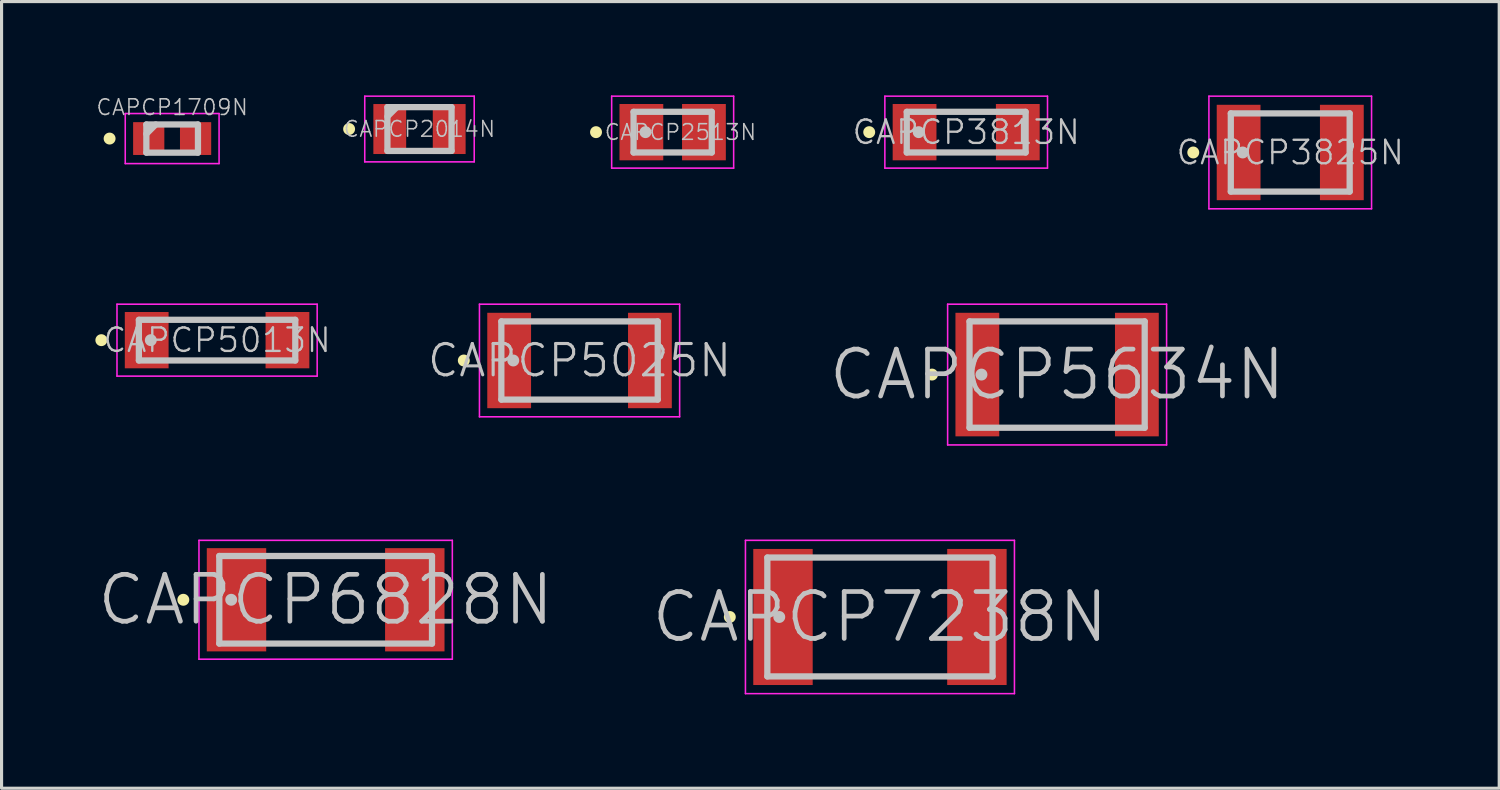
<source format=kicad_pcb>
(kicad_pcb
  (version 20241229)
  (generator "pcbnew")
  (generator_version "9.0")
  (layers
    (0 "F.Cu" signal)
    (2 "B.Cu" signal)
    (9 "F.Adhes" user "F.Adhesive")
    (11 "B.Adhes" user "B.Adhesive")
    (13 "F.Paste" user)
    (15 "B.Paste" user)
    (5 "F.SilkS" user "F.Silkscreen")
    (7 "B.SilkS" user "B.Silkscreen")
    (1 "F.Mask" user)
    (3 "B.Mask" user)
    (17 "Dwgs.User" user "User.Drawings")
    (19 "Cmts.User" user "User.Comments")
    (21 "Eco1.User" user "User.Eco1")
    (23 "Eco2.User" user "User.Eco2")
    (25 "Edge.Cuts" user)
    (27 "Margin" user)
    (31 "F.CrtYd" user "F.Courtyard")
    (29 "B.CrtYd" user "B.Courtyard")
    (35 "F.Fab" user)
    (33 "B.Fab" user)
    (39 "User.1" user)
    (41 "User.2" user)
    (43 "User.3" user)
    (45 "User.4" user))
  (footprint "CAPCP2014N"
    (layer "F.Cu")
    (at 10.361 1.075)
    (property "Reference" "CAPCP2014N" (at 0 0 0) (layer "Dwgs.User") (effects (font (size 0.5 0.5) (thickness 0.05))))
    (attr smd)
    (fp_line (start -2.25 0) (end -2.25 0) (stroke (width 0.381) (type solid)) (layer "F.SilkS"))
    (fp_line (start -1.025 -0.7) (end -1.025 0.7) (stroke (width 0.2) (type solid)) (layer "Dwgs.User"))
    (fp_line (start -1.025 -0.7) (end 1.025 -0.7) (stroke (width 0.2) (type solid)) (layer "Dwgs.User"))
    (fp_line (start -1.025 -0.4) (end -0.725 -0.7) (stroke (width 0.2) (type solid)) (layer "Dwgs.User"))
    (fp_line (start -1.025 0.7) (end 1.025 0.7) (stroke (width 0.2) (type solid)) (layer "Dwgs.User"))
    (fp_line (start 1.025 -0.7) (end 1.025 0.7) (stroke (width 0.2) (type solid)) (layer "Dwgs.User"))
    (fp_line (start -1.75 -1.05) (end -1.75 1.05) (stroke (width 0.05) (type solid)) (layer "F.CrtYd"))
    (fp_line (start -1.75 -1.05) (end 1.75 -1.05) (stroke (width 0.05) (type solid)) (layer "F.CrtYd"))
    (fp_line (start -1.75 1.05) (end 1.75 1.05) (stroke (width 0.05) (type solid)) (layer "F.CrtYd"))
    (fp_line (start 1.75 -1.05) (end 1.75 1.05) (stroke (width 0.05) (type solid)) (layer "F.CrtYd"))
    (pad "1" smd rect (at -0.95 0 90) (size 1.598 1.049) (layers "F.Cu" "F.Mask" "F.Paste"))
    (pad "2" smd rect (at 0.95 0 270) (size 1.598 1.049) (layers "F.Cu" "F.Mask" "F.Paste")))
  (footprint "CAPCP2513N"
    (layer "F.Cu")
    (at 18.455 1.175)
    (property "Reference" "CAPCP2513N" (at 0.25 0 0) (layer "Dwgs.User") (effects (font (size 0.5 0.5) (thickness 0.05))))
    (attr smd)
    (fp_line (start -2.45 0) (end -2.45 0) (stroke (width 0.381) (type solid)) (layer "F.SilkS"))
    (fp_line (start -1.25 -0.65) (end -1.25 0.65) (stroke (width 0.2) (type solid)) (layer "Dwgs.User"))
    (fp_line (start -1.25 -0.65) (end 1.25 -0.65) (stroke (width 0.2) (type solid)) (layer "Dwgs.User"))
    (fp_line (start -1.25 0.65) (end 1.25 0.65) (stroke (width 0.2) (type solid)) (layer "Dwgs.User"))
    (fp_line (start -0.869 0) (end -0.869 0) (stroke (width 0.381) (type solid)) (layer "Dwgs.User"))
    (fp_line (start 1.25 -0.65) (end 1.25 0.65) (stroke (width 0.2) (type solid)) (layer "Dwgs.User"))
    (fp_line (start -1.95 -1.15) (end -1.95 1.15) (stroke (width 0.05) (type solid)) (layer "F.CrtYd"))
    (fp_line (start -1.95 -1.15) (end 1.95 -1.15) (stroke (width 0.05) (type solid)) (layer "F.CrtYd"))
    (fp_line (start -1.95 1.15) (end 1.95 1.15) (stroke (width 0.05) (type solid)) (layer "F.CrtYd"))
    (fp_line (start 1.95 -1.15) (end 1.95 1.15) (stroke (width 0.05) (type solid)) (layer "F.CrtYd"))
    (pad "1" smd rect (at -1 0 90) (size 1.8 1.4) (layers "F.Cu" "F.Mask" "F.Paste"))
    (pad "2" smd rect (at 1 0 90) (size 1.8 1.4) (layers "F.Cu" "F.Mask" "F.Paste")))
  (footprint "CAPCP1709N"
    (layer "F.Cu")
    (at 2.454 1.38)
    (property "Reference" "CAPCP1709N" (at 0 -1 0) (layer "Dwgs.User") (effects (font (size 0.5 0.5) (thickness 0.05))))
    (attr smd)
    (fp_line (start -2 0) (end -2 0) (stroke (width 0.381) (type solid)) (layer "F.SilkS"))
    (fp_line (start -0.825 -0.45) (end -0.825 0.45) (stroke (width 0.2) (type solid)) (layer "Dwgs.User"))
    (fp_line (start -0.825 -0.45) (end 0.825 -0.45) (stroke (width 0.2) (type solid)) (layer "Dwgs.User"))
    (fp_line (start -0.825 -0.15) (end -0.525 -0.45) (stroke (width 0.2) (type solid)) (layer "Dwgs.User"))
    (fp_line (start -0.825 0.45) (end 0.825 0.45) (stroke (width 0.2) (type solid)) (layer "Dwgs.User"))
    (fp_line (start 0.825 -0.45) (end 0.825 0.45) (stroke (width 0.2) (type solid)) (layer "Dwgs.User"))
    (fp_line (start -1.5 -0.8) (end -1.5 0.8) (stroke (width 0.05) (type solid)) (layer "F.CrtYd"))
    (fp_line (start -1.5 -0.8) (end 1.5 -0.8) (stroke (width 0.05) (type solid)) (layer "F.CrtYd"))
    (fp_line (start -1.5 0.8) (end 1.5 0.8) (stroke (width 0.05) (type solid)) (layer "F.CrtYd"))
    (fp_line (start 1.5 -0.8) (end 1.5 0.8) (stroke (width 0.05) (type solid)) (layer "F.CrtYd"))
    (pad "1" smd rect (at -0.749 0 90) (size 1.049 0.998) (layers "F.Cu" "F.Mask" "F.Paste"))
    (pad "2" smd rect (at 0.749 0 270) (size 1.049 0.998) (layers "F.Cu" "F.Mask" "F.Paste")))
  (footprint "CAPCP6828N"
    (layer "F.Cu")
    (at 7.361 16.125)
    (property "Reference" "CAPCP6828N" (at 0 0 0) (layer "Dwgs.User") (effects (font (size 1.5 1.5) (thickness 0.15))))
    (attr smd)
    (fp_line (start -4.55 0) (end -4.55 0) (stroke (width 0.381) (type solid)) (layer "F.SilkS"))
    (fp_line (start -3.4 -1.4) (end -3.4 1.4) (stroke (width 0.2) (type solid)) (layer "Dwgs.User"))
    (fp_line (start -3.4 -1.4) (end 3.4 -1.4) (stroke (width 0.2) (type solid)) (layer "Dwgs.User"))
    (fp_line (start -3.4 1.4) (end 3.4 1.4) (stroke (width 0.2) (type solid)) (layer "Dwgs.User"))
    (fp_line (start -3.019 0) (end -3.019 0) (stroke (width 0.381) (type solid)) (layer "Dwgs.User"))
    (fp_line (start 3.4 -1.4) (end 3.4 1.4) (stroke (width 0.2) (type solid)) (layer "Dwgs.User"))
    (fp_line (start -4.05 -1.9) (end -4.05 1.9) (stroke (width 0.05) (type solid)) (layer "F.CrtYd"))
    (fp_line (start -4.05 -1.9) (end 4.05 -1.9) (stroke (width 0.05) (type solid)) (layer "F.CrtYd"))
    (fp_line (start -4.05 1.9) (end 4.05 1.9) (stroke (width 0.05) (type solid)) (layer "F.CrtYd"))
    (fp_line (start 4.05 -1.9) (end 4.05 1.9) (stroke (width 0.05) (type solid)) (layer "F.CrtYd"))
    (pad "1" smd rect (at -2.85 0 90) (size 3.3 1.9) (layers "F.Cu" "F.Mask" "F.Paste"))
    (pad "2" smd rect (at 2.85 0 90) (size 3.3 1.9) (layers "F.Cu" "F.Mask" "F.Paste")))
  (footprint "CAPCP5025N"
    (layer "F.Cu")
    (at 15.478 8.475)
    (property "Reference" "CAPCP5025N" (at 0 0 0) (layer "Dwgs.User") (effects (font (size 1 1) (thickness 0.1))))
    (attr smd)
    (fp_line (start -3.7 0) (end -3.7 0) (stroke (width 0.381) (type solid)) (layer "F.SilkS"))
    (fp_line (start -2.5 -1.25) (end -2.5 1.25) (stroke (width 0.2) (type solid)) (layer "Dwgs.User"))
    (fp_line (start -2.5 -1.25) (end 2.5 -1.25) (stroke (width 0.2) (type solid)) (layer "Dwgs.User"))
    (fp_line (start -2.5 1.25) (end 2.5 1.25) (stroke (width 0.2) (type solid)) (layer "Dwgs.User"))
    (fp_line (start -2.119 0) (end -2.119 0) (stroke (width 0.381) (type solid)) (layer "Dwgs.User"))
    (fp_line (start 2.5 -1.25) (end 2.5 1.25) (stroke (width 0.2) (type solid)) (layer "Dwgs.User"))
    (fp_line (start -3.2 -1.8) (end -3.2 1.8) (stroke (width 0.05) (type solid)) (layer "F.CrtYd"))
    (fp_line (start -3.2 -1.8) (end 3.2 -1.8) (stroke (width 0.05) (type solid)) (layer "F.CrtYd"))
    (fp_line (start -3.2 1.8) (end 3.2 1.8) (stroke (width 0.05) (type solid)) (layer "F.CrtYd"))
    (fp_line (start 3.2 -1.8) (end 3.2 1.8) (stroke (width 0.05) (type solid)) (layer "F.CrtYd"))
    (pad "1" smd rect (at -2.25 0 90) (size 3.05 1.4) (layers "F.Cu" "F.Mask" "F.Paste"))
    (pad "2" smd rect (at 2.25 0 90) (size 3.05 1.4) (layers "F.Cu" "F.Mask" "F.Paste")))
  (footprint "CAPCP3825N"
    (layer "F.Cu")
    (at 38.199 1.825)
    (property "Reference" "CAPCP3825N" (at 0 0 0) (layer "Dwgs.User") (effects (font (size 0.75 0.75) (thickness 0.075))))
    (attr smd)
    (fp_line (start -3.1 0) (end -3.1 0) (stroke (width 0.381) (type solid)) (layer "F.SilkS"))
    (fp_line (start -1.9 -1.25) (end -1.9 1.25) (stroke (width 0.2) (type solid)) (layer "Dwgs.User"))
    (fp_line (start -1.9 -1.25) (end 1.9 -1.25) (stroke (width 0.2) (type solid)) (layer "Dwgs.User"))
    (fp_line (start -1.9 1.25) (end 1.9 1.25) (stroke (width 0.2) (type solid)) (layer "Dwgs.User"))
    (fp_line (start -1.519 0) (end -1.519 0) (stroke (width 0.381) (type solid)) (layer "Dwgs.User"))
    (fp_line (start 1.9 -1.25) (end 1.9 1.25) (stroke (width 0.2) (type solid)) (layer "Dwgs.User"))
    (fp_line (start -2.6 -1.8) (end -2.6 1.8) (stroke (width 0.05) (type solid)) (layer "F.CrtYd"))
    (fp_line (start -2.6 -1.8) (end 2.6 -1.8) (stroke (width 0.05) (type solid)) (layer "F.CrtYd"))
    (fp_line (start -2.6 1.8) (end 2.6 1.8) (stroke (width 0.05) (type solid)) (layer "F.CrtYd"))
    (fp_line (start 2.6 -1.8) (end 2.6 1.8) (stroke (width 0.05) (type solid)) (layer "F.CrtYd"))
    (pad "1" smd rect (at -1.65 0 90) (size 3.05 1.4) (layers "F.Cu" "F.Mask" "F.Paste"))
    (pad "2" smd rect (at 1.65 0 90) (size 3.05 1.4) (layers "F.Cu" "F.Mask" "F.Paste")))
  (footprint "CAPCP7238N"
    (layer "F.Cu")
    (at 25.082 16.675)
    (property "Reference" "CAPCP7238N" (at 0 0 0) (layer "Dwgs.User") (effects (font (size 1.5 1.5) (thickness 0.15))))
    (attr smd)
    (fp_line (start -4.8 0) (end -4.8 0) (stroke (width 0.381) (type solid)) (layer "F.SilkS"))
    (fp_line (start -3.6 -1.9) (end -3.6 1.9) (stroke (width 0.2) (type solid)) (layer "Dwgs.User"))
    (fp_line (start -3.6 -1.9) (end 3.6 -1.9) (stroke (width 0.2) (type solid)) (layer "Dwgs.User"))
    (fp_line (start -3.6 1.9) (end 3.6 1.9) (stroke (width 0.2) (type solid)) (layer "Dwgs.User"))
    (fp_line (start -3.219 0) (end -3.219 0) (stroke (width 0.381) (type solid)) (layer "Dwgs.User"))
    (fp_line (start 3.6 -1.9) (end 3.6 1.9) (stroke (width 0.2) (type solid)) (layer "Dwgs.User"))
    (fp_line (start -4.3 -2.45) (end -4.3 2.45) (stroke (width 0.05) (type solid)) (layer "F.CrtYd"))
    (fp_line (start -4.3 -2.45) (end 4.3 -2.45) (stroke (width 0.05) (type solid)) (layer "F.CrtYd"))
    (fp_line (start -4.3 2.45) (end 4.3 2.45) (stroke (width 0.05) (type solid)) (layer "F.CrtYd"))
    (fp_line (start 4.3 -2.45) (end 4.3 2.45) (stroke (width 0.05) (type solid)) (layer "F.CrtYd"))
    (pad "1" smd rect (at -3.1 0 90) (size 4.35 1.9) (layers "F.Cu" "F.Mask" "F.Paste"))
    (pad "2" smd rect (at 3.1 0 90) (size 4.35 1.9) (layers "F.Cu" "F.Mask" "F.Paste")))
  (footprint "CAPCP5013N"
    (layer "F.Cu")
    (at 3.89 7.825)
    (property "Reference" "CAPCP5013N" (at 0 0 0) (layer "Dwgs.User") (effects (font (size 0.75 0.75) (thickness 0.075))))
    (attr smd)
    (fp_line (start -3.7 0) (end -3.7 0) (stroke (width 0.381) (type solid)) (layer "F.SilkS"))
    (fp_line (start -2.5 -0.65) (end -2.5 0.65) (stroke (width 0.2) (type solid)) (layer "Dwgs.User"))
    (fp_line (start -2.5 -0.65) (end 2.5 -0.65) (stroke (width 0.2) (type solid)) (layer "Dwgs.User"))
    (fp_line (start -2.5 0.65) (end 2.5 0.65) (stroke (width 0.2) (type solid)) (layer "Dwgs.User"))
    (fp_line (start -2.119 0) (end -2.119 0) (stroke (width 0.381) (type solid)) (layer "Dwgs.User"))
    (fp_line (start 2.5 -0.65) (end 2.5 0.65) (stroke (width 0.2) (type solid)) (layer "Dwgs.User"))
    (fp_line (start -3.2 -1.15) (end -3.2 1.15) (stroke (width 0.05) (type solid)) (layer "F.CrtYd"))
    (fp_line (start -3.2 -1.15) (end 3.2 -1.15) (stroke (width 0.05) (type solid)) (layer "F.CrtYd"))
    (fp_line (start -3.2 1.15) (end 3.2 1.15) (stroke (width 0.05) (type solid)) (layer "F.CrtYd"))
    (fp_line (start 3.2 -1.15) (end 3.2 1.15) (stroke (width 0.05) (type solid)) (layer "F.CrtYd"))
    (pad "1" smd rect (at -2.25 0 90) (size 1.8 1.4) (layers "F.Cu" "F.Mask" "F.Paste"))
    (pad "2" smd rect (at 2.25 0 90) (size 1.8 1.4) (layers "F.Cu" "F.Mask" "F.Paste")))
  (footprint "CAPCP3813N"
    (layer "F.Cu")
    (at 27.839 1.175)
    (property "Reference" "CAPCP3813N" (at 0 0 0) (layer "Dwgs.User") (effects (font (size 0.75 0.75) (thickness 0.075))))
    (attr smd)
    (fp_line (start -3.1 0) (end -3.1 0) (stroke (width 0.381) (type solid)) (layer "F.SilkS"))
    (fp_line (start -1.9 -0.65) (end -1.9 0.65) (stroke (width 0.2) (type solid)) (layer "Dwgs.User"))
    (fp_line (start -1.9 -0.65) (end 1.9 -0.65) (stroke (width 0.2) (type solid)) (layer "Dwgs.User"))
    (fp_line (start -1.9 0.65) (end 1.9 0.65) (stroke (width 0.2) (type solid)) (layer "Dwgs.User"))
    (fp_line (start -1.519 0) (end -1.519 0) (stroke (width 0.381) (type solid)) (layer "Dwgs.User"))
    (fp_line (start 1.9 -0.65) (end 1.9 0.65) (stroke (width 0.2) (type solid)) (layer "Dwgs.User"))
    (fp_line (start -2.6 -1.15) (end -2.6 1.15) (stroke (width 0.05) (type solid)) (layer "F.CrtYd"))
    (fp_line (start -2.6 -1.15) (end 2.6 -1.15) (stroke (width 0.05) (type solid)) (layer "F.CrtYd"))
    (fp_line (start -2.6 1.15) (end 2.6 1.15) (stroke (width 0.05) (type solid)) (layer "F.CrtYd"))
    (fp_line (start 2.6 -1.15) (end 2.6 1.15) (stroke (width 0.05) (type solid)) (layer "F.CrtYd"))
    (pad "1" smd rect (at -1.65 0 90) (size 1.8 1.4) (layers "F.Cu" "F.Mask" "F.Paste"))
    (pad "2" smd rect (at 1.65 0 90) (size 1.8 1.4) (layers "F.Cu" "F.Mask" "F.Paste")))
  (footprint "CAPCP5634N"
    (layer "F.Cu")
    (at 30.746 8.925)
    (property "Reference" "CAPCP5634N" (at 0 0 0) (layer "Dwgs.User") (effects (font (size 1.5 1.5) (thickness 0.15))))
    (attr smd)
    (fp_line (start -4 0) (end -4 0) (stroke (width 0.381) (type solid)) (layer "F.SilkS"))
    (fp_line (start -2.8 -1.7) (end -2.8 1.7) (stroke (width 0.2) (type solid)) (layer "Dwgs.User"))
    (fp_line (start -2.8 -1.7) (end 2.8 -1.7) (stroke (width 0.2) (type solid)) (layer "Dwgs.User"))
    (fp_line (start -2.8 1.7) (end 2.8 1.7) (stroke (width 0.2) (type solid)) (layer "Dwgs.User"))
    (fp_line (start -2.419 0) (end -2.419 0) (stroke (width 0.381) (type solid)) (layer "Dwgs.User"))
    (fp_line (start 2.8 -1.7) (end 2.8 1.7) (stroke (width 0.2) (type solid)) (layer "Dwgs.User"))
    (fp_line (start -3.5 -2.25) (end -3.5 2.25) (stroke (width 0.05) (type solid)) (layer "F.CrtYd"))
    (fp_line (start -3.5 -2.25) (end 3.5 -2.25) (stroke (width 0.05) (type solid)) (layer "F.CrtYd"))
    (fp_line (start -3.5 2.25) (end 3.5 2.25) (stroke (width 0.05) (type solid)) (layer "F.CrtYd"))
    (fp_line (start 3.5 -2.25) (end 3.5 2.25) (stroke (width 0.05) (type solid)) (layer "F.CrtYd"))
    (pad "1" smd rect (at -2.55 0 90) (size 3.95 1.4) (layers "F.Cu" "F.Mask" "F.Paste"))
    (pad "2" smd rect (at 2.55 0 90) (size 3.95 1.4) (layers "F.Cu" "F.Mask" "F.Paste")))
  (gr_rect
    (start -3 -3)
    (end 44.88 22.15)
    (stroke (width 0.1) (type default))
    (fill no)
    (layer "Edge.Cuts")))
</source>
